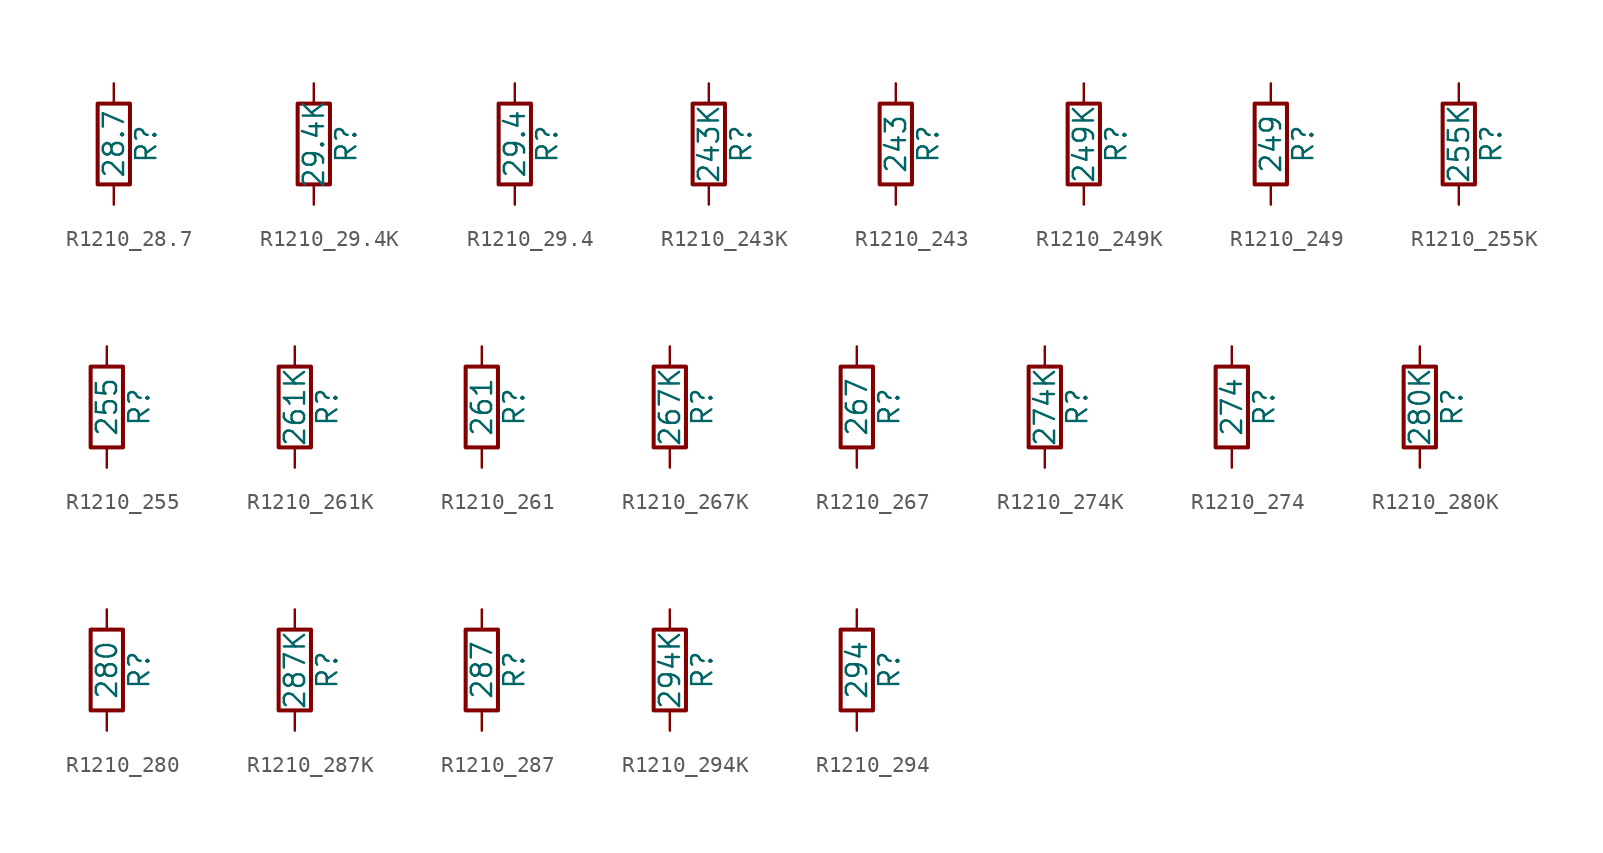
<source format=kicad_sym>
(kicad_symbol_lib
  (version 20211014)
  (generator atlantix-eda)
  (symbol "R1210_28.7"
    (pin_numbers hide)
    (pin_names
      (offset 0))
    (property "Reference" "R"
      (at 2.032 0 90)
      (effects (font (size 1.27 1.27))))
    (property "Value" "28.7"
      (at 0 0 90)
      (effects (font (size 1.27 1.27))))
    (symbol "R1210_28.7_0_1"
      (rectangle (start -1.016 -2.54) (end 1.016 2.54) (stroke (width 0.254) (type default) (color 0 0 0 0)) (fill (type none))))
    (symbol "R1210_28.7_1_1"
      (pin passive line (at 0 3.81 270) (length 1.27) (name "~" (effects (font (size 1.27 1.27)))) (number "1" (effects (font (size 1.27 1.27)))))
      (pin passive line (at 0 -3.81 90) (length 1.27) (name "~" (effects (font (size 1.27 1.27)))) (number "2" (effects (font (size 1.27 1.27)))))))
  (symbol "R1210_29.4K"
    (pin_numbers hide)
    (pin_names
      (offset 0))
    (property "Reference" "R"
      (at 2.032 0 90)
      (effects (font (size 1.27 1.27))))
    (property "Value" "29.4K"
      (at 0 0 90)
      (effects (font (size 1.27 1.27))))
    (symbol "R1210_29.4K_0_1"
      (rectangle (start -1.016 -2.54) (end 1.016 2.54) (stroke (width 0.254) (type default) (color 0 0 0 0)) (fill (type none))))
    (symbol "R1210_29.4K_1_1"
      (pin passive line (at 0 3.81 270) (length 1.27) (name "~" (effects (font (size 1.27 1.27)))) (number "1" (effects (font (size 1.27 1.27)))))
      (pin passive line (at 0 -3.81 90) (length 1.27) (name "~" (effects (font (size 1.27 1.27)))) (number "2" (effects (font (size 1.27 1.27)))))))
  (symbol "R1210_29.4"
    (pin_numbers hide)
    (pin_names
      (offset 0))
    (property "Reference" "R"
      (at 2.032 0 90)
      (effects (font (size 1.27 1.27))))
    (property "Value" "29.4"
      (at 0 0 90)
      (effects (font (size 1.27 1.27))))
    (symbol "R1210_29.4_0_1"
      (rectangle (start -1.016 -2.54) (end 1.016 2.54) (stroke (width 0.254) (type default) (color 0 0 0 0)) (fill (type none))))
    (symbol "R1210_29.4_1_1"
      (pin passive line (at 0 3.81 270) (length 1.27) (name "~" (effects (font (size 1.27 1.27)))) (number "1" (effects (font (size 1.27 1.27)))))
      (pin passive line (at 0 -3.81 90) (length 1.27) (name "~" (effects (font (size 1.27 1.27)))) (number "2" (effects (font (size 1.27 1.27)))))))
  (symbol "R1210_243K"
    (pin_numbers hide)
    (pin_names
      (offset 0))
    (property "Reference" "R"
      (at 2.032 0 90)
      (effects (font (size 1.27 1.27))))
    (property "Value" "243K"
      (at 0 0 90)
      (effects (font (size 1.27 1.27))))
    (symbol "R1210_243K_0_1"
      (rectangle (start -1.016 -2.54) (end 1.016 2.54) (stroke (width 0.254) (type default) (color 0 0 0 0)) (fill (type none))))
    (symbol "R1210_243K_1_1"
      (pin passive line (at 0 3.81 270) (length 1.27) (name "~" (effects (font (size 1.27 1.27)))) (number "1" (effects (font (size 1.27 1.27)))))
      (pin passive line (at 0 -3.81 90) (length 1.27) (name "~" (effects (font (size 1.27 1.27)))) (number "2" (effects (font (size 1.27 1.27)))))))
  (symbol "R1210_243"
    (pin_numbers hide)
    (pin_names
      (offset 0))
    (property "Reference" "R"
      (at 2.032 0 90)
      (effects (font (size 1.27 1.27))))
    (property "Value" "243"
      (at 0 0 90)
      (effects (font (size 1.27 1.27))))
    (symbol "R1210_243_0_1"
      (rectangle (start -1.016 -2.54) (end 1.016 2.54) (stroke (width 0.254) (type default) (color 0 0 0 0)) (fill (type none))))
    (symbol "R1210_243_1_1"
      (pin passive line (at 0 3.81 270) (length 1.27) (name "~" (effects (font (size 1.27 1.27)))) (number "1" (effects (font (size 1.27 1.27)))))
      (pin passive line (at 0 -3.81 90) (length 1.27) (name "~" (effects (font (size 1.27 1.27)))) (number "2" (effects (font (size 1.27 1.27)))))))
  (symbol "R1210_249K"
    (pin_numbers hide)
    (pin_names
      (offset 0))
    (property "Reference" "R"
      (at 2.032 0 90)
      (effects (font (size 1.27 1.27))))
    (property "Value" "249K"
      (at 0 0 90)
      (effects (font (size 1.27 1.27))))
    (symbol "R1210_249K_0_1"
      (rectangle (start -1.016 -2.54) (end 1.016 2.54) (stroke (width 0.254) (type default) (color 0 0 0 0)) (fill (type none))))
    (symbol "R1210_249K_1_1"
      (pin passive line (at 0 3.81 270) (length 1.27) (name "~" (effects (font (size 1.27 1.27)))) (number "1" (effects (font (size 1.27 1.27)))))
      (pin passive line (at 0 -3.81 90) (length 1.27) (name "~" (effects (font (size 1.27 1.27)))) (number "2" (effects (font (size 1.27 1.27)))))))
  (symbol "R1210_249"
    (pin_numbers hide)
    (pin_names
      (offset 0))
    (property "Reference" "R"
      (at 2.032 0 90)
      (effects (font (size 1.27 1.27))))
    (property "Value" "249"
      (at 0 0 90)
      (effects (font (size 1.27 1.27))))
    (symbol "R1210_249_0_1"
      (rectangle (start -1.016 -2.54) (end 1.016 2.54) (stroke (width 0.254) (type default) (color 0 0 0 0)) (fill (type none))))
    (symbol "R1210_249_1_1"
      (pin passive line (at 0 3.81 270) (length 1.27) (name "~" (effects (font (size 1.27 1.27)))) (number "1" (effects (font (size 1.27 1.27)))))
      (pin passive line (at 0 -3.81 90) (length 1.27) (name "~" (effects (font (size 1.27 1.27)))) (number "2" (effects (font (size 1.27 1.27)))))))
  (symbol "R1210_255K"
    (pin_numbers hide)
    (pin_names
      (offset 0))
    (property "Reference" "R"
      (at 2.032 0 90)
      (effects (font (size 1.27 1.27))))
    (property "Value" "255K"
      (at 0 0 90)
      (effects (font (size 1.27 1.27))))
    (symbol "R1210_255K_0_1"
      (rectangle (start -1.016 -2.54) (end 1.016 2.54) (stroke (width 0.254) (type default) (color 0 0 0 0)) (fill (type none))))
    (symbol "R1210_255K_1_1"
      (pin passive line (at 0 3.81 270) (length 1.27) (name "~" (effects (font (size 1.27 1.27)))) (number "1" (effects (font (size 1.27 1.27)))))
      (pin passive line (at 0 -3.81 90) (length 1.27) (name "~" (effects (font (size 1.27 1.27)))) (number "2" (effects (font (size 1.27 1.27)))))))
  (symbol "R1210_255"
    (pin_numbers hide)
    (pin_names
      (offset 0))
    (property "Reference" "R"
      (at 2.032 0 90)
      (effects (font (size 1.27 1.27))))
    (property "Value" "255"
      (at 0 0 90)
      (effects (font (size 1.27 1.27))))
    (symbol "R1210_255_0_1"
      (rectangle (start -1.016 -2.54) (end 1.016 2.54) (stroke (width 0.254) (type default) (color 0 0 0 0)) (fill (type none))))
    (symbol "R1210_255_1_1"
      (pin passive line (at 0 3.81 270) (length 1.27) (name "~" (effects (font (size 1.27 1.27)))) (number "1" (effects (font (size 1.27 1.27)))))
      (pin passive line (at 0 -3.81 90) (length 1.27) (name "~" (effects (font (size 1.27 1.27)))) (number "2" (effects (font (size 1.27 1.27)))))))
  (symbol "R1210_261K"
    (pin_numbers hide)
    (pin_names
      (offset 0))
    (property "Reference" "R"
      (at 2.032 0 90)
      (effects (font (size 1.27 1.27))))
    (property "Value" "261K"
      (at 0 0 90)
      (effects (font (size 1.27 1.27))))
    (symbol "R1210_261K_0_1"
      (rectangle (start -1.016 -2.54) (end 1.016 2.54) (stroke (width 0.254) (type default) (color 0 0 0 0)) (fill (type none))))
    (symbol "R1210_261K_1_1"
      (pin passive line (at 0 3.81 270) (length 1.27) (name "~" (effects (font (size 1.27 1.27)))) (number "1" (effects (font (size 1.27 1.27)))))
      (pin passive line (at 0 -3.81 90) (length 1.27) (name "~" (effects (font (size 1.27 1.27)))) (number "2" (effects (font (size 1.27 1.27)))))))
  (symbol "R1210_261"
    (pin_numbers hide)
    (pin_names
      (offset 0))
    (property "Reference" "R"
      (at 2.032 0 90)
      (effects (font (size 1.27 1.27))))
    (property "Value" "261"
      (at 0 0 90)
      (effects (font (size 1.27 1.27))))
    (symbol "R1210_261_0_1"
      (rectangle (start -1.016 -2.54) (end 1.016 2.54) (stroke (width 0.254) (type default) (color 0 0 0 0)) (fill (type none))))
    (symbol "R1210_261_1_1"
      (pin passive line (at 0 3.81 270) (length 1.27) (name "~" (effects (font (size 1.27 1.27)))) (number "1" (effects (font (size 1.27 1.27)))))
      (pin passive line (at 0 -3.81 90) (length 1.27) (name "~" (effects (font (size 1.27 1.27)))) (number "2" (effects (font (size 1.27 1.27)))))))
  (symbol "R1210_267K"
    (pin_numbers hide)
    (pin_names
      (offset 0))
    (property "Reference" "R"
      (at 2.032 0 90)
      (effects (font (size 1.27 1.27))))
    (property "Value" "267K"
      (at 0 0 90)
      (effects (font (size 1.27 1.27))))
    (symbol "R1210_267K_0_1"
      (rectangle (start -1.016 -2.54) (end 1.016 2.54) (stroke (width 0.254) (type default) (color 0 0 0 0)) (fill (type none))))
    (symbol "R1210_267K_1_1"
      (pin passive line (at 0 3.81 270) (length 1.27) (name "~" (effects (font (size 1.27 1.27)))) (number "1" (effects (font (size 1.27 1.27)))))
      (pin passive line (at 0 -3.81 90) (length 1.27) (name "~" (effects (font (size 1.27 1.27)))) (number "2" (effects (font (size 1.27 1.27)))))))
  (symbol "R1210_267"
    (pin_numbers hide)
    (pin_names
      (offset 0))
    (property "Reference" "R"
      (at 2.032 0 90)
      (effects (font (size 1.27 1.27))))
    (property "Value" "267"
      (at 0 0 90)
      (effects (font (size 1.27 1.27))))
    (symbol "R1210_267_0_1"
      (rectangle (start -1.016 -2.54) (end 1.016 2.54) (stroke (width 0.254) (type default) (color 0 0 0 0)) (fill (type none))))
    (symbol "R1210_267_1_1"
      (pin passive line (at 0 3.81 270) (length 1.27) (name "~" (effects (font (size 1.27 1.27)))) (number "1" (effects (font (size 1.27 1.27)))))
      (pin passive line (at 0 -3.81 90) (length 1.27) (name "~" (effects (font (size 1.27 1.27)))) (number "2" (effects (font (size 1.27 1.27)))))))
  (symbol "R1210_274K"
    (pin_numbers hide)
    (pin_names
      (offset 0))
    (property "Reference" "R"
      (at 2.032 0 90)
      (effects (font (size 1.27 1.27))))
    (property "Value" "274K"
      (at 0 0 90)
      (effects (font (size 1.27 1.27))))
    (symbol "R1210_274K_0_1"
      (rectangle (start -1.016 -2.54) (end 1.016 2.54) (stroke (width 0.254) (type default) (color 0 0 0 0)) (fill (type none))))
    (symbol "R1210_274K_1_1"
      (pin passive line (at 0 3.81 270) (length 1.27) (name "~" (effects (font (size 1.27 1.27)))) (number "1" (effects (font (size 1.27 1.27)))))
      (pin passive line (at 0 -3.81 90) (length 1.27) (name "~" (effects (font (size 1.27 1.27)))) (number "2" (effects (font (size 1.27 1.27)))))))
  (symbol "R1210_274"
    (pin_numbers hide)
    (pin_names
      (offset 0))
    (property "Reference" "R"
      (at 2.032 0 90)
      (effects (font (size 1.27 1.27))))
    (property "Value" "274"
      (at 0 0 90)
      (effects (font (size 1.27 1.27))))
    (symbol "R1210_274_0_1"
      (rectangle (start -1.016 -2.54) (end 1.016 2.54) (stroke (width 0.254) (type default) (color 0 0 0 0)) (fill (type none))))
    (symbol "R1210_274_1_1"
      (pin passive line (at 0 3.81 270) (length 1.27) (name "~" (effects (font (size 1.27 1.27)))) (number "1" (effects (font (size 1.27 1.27)))))
      (pin passive line (at 0 -3.81 90) (length 1.27) (name "~" (effects (font (size 1.27 1.27)))) (number "2" (effects (font (size 1.27 1.27)))))))
  (symbol "R1210_280K"
    (pin_numbers hide)
    (pin_names
      (offset 0))
    (property "Reference" "R"
      (at 2.032 0 90)
      (effects (font (size 1.27 1.27))))
    (property "Value" "280K"
      (at 0 0 90)
      (effects (font (size 1.27 1.27))))
    (symbol "R1210_280K_0_1"
      (rectangle (start -1.016 -2.54) (end 1.016 2.54) (stroke (width 0.254) (type default) (color 0 0 0 0)) (fill (type none))))
    (symbol "R1210_280K_1_1"
      (pin passive line (at 0 3.81 270) (length 1.27) (name "~" (effects (font (size 1.27 1.27)))) (number "1" (effects (font (size 1.27 1.27)))))
      (pin passive line (at 0 -3.81 90) (length 1.27) (name "~" (effects (font (size 1.27 1.27)))) (number "2" (effects (font (size 1.27 1.27)))))))
  (symbol "R1210_280"
    (pin_numbers hide)
    (pin_names
      (offset 0))
    (property "Reference" "R"
      (at 2.032 0 90)
      (effects (font (size 1.27 1.27))))
    (property "Value" "280"
      (at 0 0 90)
      (effects (font (size 1.27 1.27))))
    (symbol "R1210_280_0_1"
      (rectangle (start -1.016 -2.54) (end 1.016 2.54) (stroke (width 0.254) (type default) (color 0 0 0 0)) (fill (type none))))
    (symbol "R1210_280_1_1"
      (pin passive line (at 0 3.81 270) (length 1.27) (name "~" (effects (font (size 1.27 1.27)))) (number "1" (effects (font (size 1.27 1.27)))))
      (pin passive line (at 0 -3.81 90) (length 1.27) (name "~" (effects (font (size 1.27 1.27)))) (number "2" (effects (font (size 1.27 1.27)))))))
  (symbol "R1210_287K"
    (pin_numbers hide)
    (pin_names
      (offset 0))
    (property "Reference" "R"
      (at 2.032 0 90)
      (effects (font (size 1.27 1.27))))
    (property "Value" "287K"
      (at 0 0 90)
      (effects (font (size 1.27 1.27))))
    (symbol "R1210_287K_0_1"
      (rectangle (start -1.016 -2.54) (end 1.016 2.54) (stroke (width 0.254) (type default) (color 0 0 0 0)) (fill (type none))))
    (symbol "R1210_287K_1_1"
      (pin passive line (at 0 3.81 270) (length 1.27) (name "~" (effects (font (size 1.27 1.27)))) (number "1" (effects (font (size 1.27 1.27)))))
      (pin passive line (at 0 -3.81 90) (length 1.27) (name "~" (effects (font (size 1.27 1.27)))) (number "2" (effects (font (size 1.27 1.27)))))))
  (symbol "R1210_287"
    (pin_numbers hide)
    (pin_names
      (offset 0))
    (property "Reference" "R"
      (at 2.032 0 90)
      (effects (font (size 1.27 1.27))))
    (property "Value" "287"
      (at 0 0 90)
      (effects (font (size 1.27 1.27))))
    (symbol "R1210_287_0_1"
      (rectangle (start -1.016 -2.54) (end 1.016 2.54) (stroke (width 0.254) (type default) (color 0 0 0 0)) (fill (type none))))
    (symbol "R1210_287_1_1"
      (pin passive line (at 0 3.81 270) (length 1.27) (name "~" (effects (font (size 1.27 1.27)))) (number "1" (effects (font (size 1.27 1.27)))))
      (pin passive line (at 0 -3.81 90) (length 1.27) (name "~" (effects (font (size 1.27 1.27)))) (number "2" (effects (font (size 1.27 1.27)))))))
  (symbol "R1210_294K"
    (pin_numbers hide)
    (pin_names
      (offset 0))
    (property "Reference" "R"
      (at 2.032 0 90)
      (effects (font (size 1.27 1.27))))
    (property "Value" "294K"
      (at 0 0 90)
      (effects (font (size 1.27 1.27))))
    (symbol "R1210_294K_0_1"
      (rectangle (start -1.016 -2.54) (end 1.016 2.54) (stroke (width 0.254) (type default) (color 0 0 0 0)) (fill (type none))))
    (symbol "R1210_294K_1_1"
      (pin passive line (at 0 3.81 270) (length 1.27) (name "~" (effects (font (size 1.27 1.27)))) (number "1" (effects (font (size 1.27 1.27)))))
      (pin passive line (at 0 -3.81 90) (length 1.27) (name "~" (effects (font (size 1.27 1.27)))) (number "2" (effects (font (size 1.27 1.27)))))))
  (symbol "R1210_294"
    (pin_numbers hide)
    (pin_names
      (offset 0))
    (property "Reference" "R"
      (at 2.032 0 90)
      (effects (font (size 1.27 1.27))))
    (property "Value" "294"
      (at 0 0 90)
      (effects (font (size 1.27 1.27))))
    (symbol "R1210_294_0_1"
      (rectangle (start -1.016 -2.54) (end 1.016 2.54) (stroke (width 0.254) (type default) (color 0 0 0 0)) (fill (type none))))
    (symbol "R1210_294_1_1"
      (pin passive line (at 0 3.81 270) (length 1.27) (name "~" (effects (font (size 1.27 1.27)))) (number "1" (effects (font (size 1.27 1.27)))))
      (pin passive line (at 0 -3.81 90) (length 1.27) (name "~" (effects (font (size 1.27 1.27)))) (number "2" (effects (font (size 1.27 1.27))))))))
</source>
